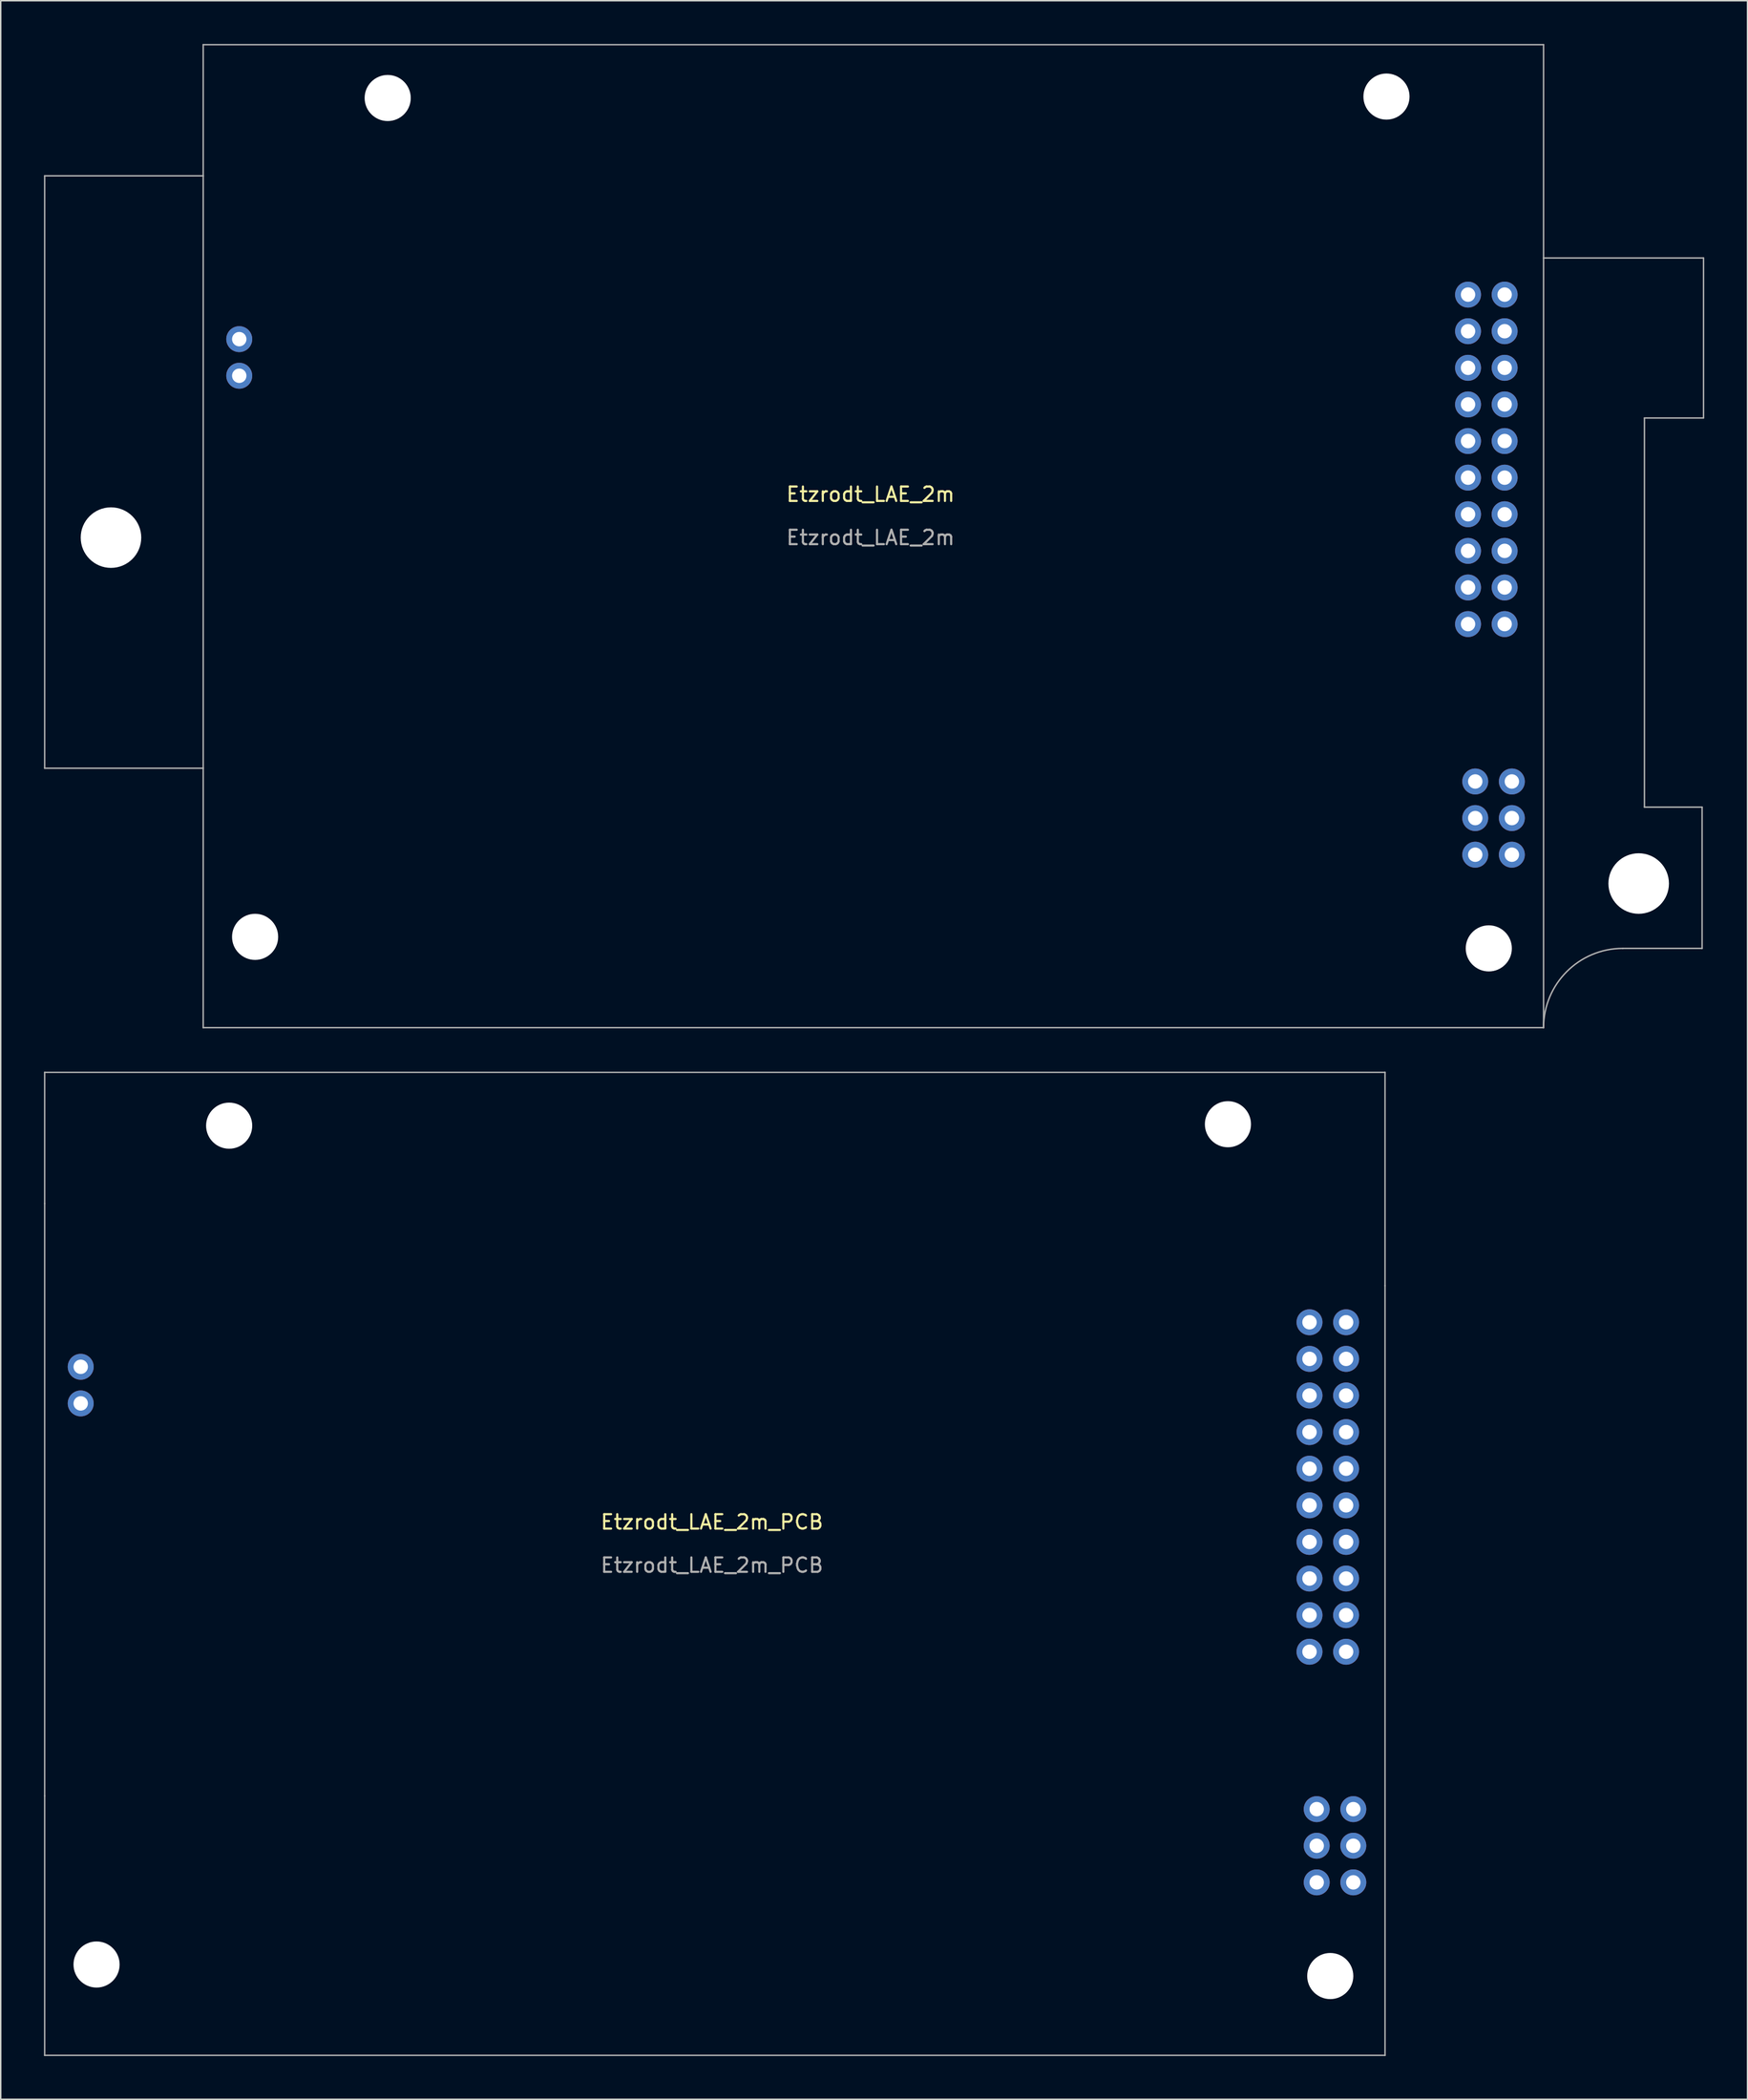
<source format=kicad_pcb>
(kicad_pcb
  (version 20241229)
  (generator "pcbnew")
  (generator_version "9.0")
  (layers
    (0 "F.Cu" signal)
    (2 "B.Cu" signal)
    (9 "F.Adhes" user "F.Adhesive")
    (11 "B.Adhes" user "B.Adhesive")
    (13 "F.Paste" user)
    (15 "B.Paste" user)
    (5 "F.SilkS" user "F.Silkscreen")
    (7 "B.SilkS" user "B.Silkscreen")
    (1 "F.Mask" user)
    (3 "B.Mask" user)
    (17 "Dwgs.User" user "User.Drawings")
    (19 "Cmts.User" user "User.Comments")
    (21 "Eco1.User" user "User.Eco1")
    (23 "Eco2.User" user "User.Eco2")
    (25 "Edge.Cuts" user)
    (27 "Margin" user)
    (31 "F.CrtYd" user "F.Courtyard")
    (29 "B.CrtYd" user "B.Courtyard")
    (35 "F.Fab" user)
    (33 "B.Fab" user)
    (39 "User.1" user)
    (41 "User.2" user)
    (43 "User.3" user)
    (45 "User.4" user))
  (footprint "Etzrodt_LAE_2m_PCB"
    (layer "F.Cu")
    (at 46.55 105.55)
    (property "Reference" "Etzrodt_LAE_2m_PCB" (at -0.2 -3 0) (unlocked yes) (layer "F.SilkS") (effects (font (size 1 1) (thickness 0.15))))
    (attr through_hole)
    (fp_line (start -46.5 -34.2) (end 46.5 -34.2) (stroke (width 0.1) (type default)) (layer "F.Fab"))
    (fp_line (start -46.5 -25.1) (end -46.5 -34.2) (stroke (width 0.1) (type default)) (layer "F.Fab"))
    (fp_line (start -46.5 -25.1) (end -46.5 16) (stroke (width 0.1) (type default)) (layer "F.Fab"))
    (fp_line (start -46.5 34) (end -46.5 16) (stroke (width 0.1) (type default)) (layer "F.Fab"))
    (fp_line (start -46.5 34) (end 46.5 34) (stroke (width 0.1) (type default)) (layer "F.Fab"))
    (fp_line (start 46.5 -34.2) (end 46.5 -19.4) (stroke (width 0.1) (type default)) (layer "F.Fab"))
    (fp_line (start 46.5 -19.4) (end 46.5 34) (stroke (width 0.1) (type default)) (layer "F.Fab"))
    (fp_text user "${REFERENCE}" (at -0.2 0 0) (unlocked yes) (layer "F.Fab") (effects (font (size 1 1) (thickness 0.15))))
    (pad "" np_thru_hole circle (at -42.9 27.7) (size 3.2 3.2) (drill 3.2) (layers "*.Cu" "*.Mask"))
    (pad "" np_thru_hole circle (at -33.7 -30.5) (size 3.2 3.2) (drill 3.2) (layers "*.Cu" "*.Mask"))
    (pad "" np_thru_hole circle (at 35.6 -30.6) (size 3.2 3.2) (drill 3.2) (layers "*.Cu" "*.Mask"))
    (pad "" np_thru_hole circle (at 42.7 28.5) (size 3.2 3.2) (drill 3.2) (layers "*.Cu" "*.Mask"))
    (pad "A1" thru_hole circle (at -44 -13.77) (size 1.8 1.8) (drill 1) (layers "*.Cu" "*.Mask"))
    (pad "A2" thru_hole circle (at -44 -11.23) (size 1.8 1.8) (drill 1) (layers "*.Cu" "*.Mask"))
    (pad "NF1" thru_hole circle (at 44.3 22) (size 1.8 1.8) (drill 1) (layers "*.Cu" "*.Mask"))
    (pad "NF2" thru_hole circle (at 41.76 22) (size 1.8 1.8) (drill 1) (layers "*.Cu" "*.Mask"))
    (pad "NF3" thru_hole circle (at 44.3 19.46) (size 1.8 1.8) (drill 1) (layers "*.Cu" "*.Mask"))
    (pad "NF4" thru_hole circle (at 41.76 19.46) (size 1.8 1.8) (drill 1) (layers "*.Cu" "*.Mask"))
    (pad "NF5" thru_hole circle (at 44.3 16.92) (size 1.8 1.8) (drill 1) (layers "*.Cu" "*.Mask"))
    (pad "NF6" thru_hole circle (at 41.76 16.92) (size 1.8 1.8) (drill 1) (layers "*.Cu" "*.Mask"))
    (pad "S1" thru_hole circle (at 43.8 6) (size 1.8 1.8) (drill 1) (layers "*.Cu" "*.Mask"))
    (pad "S2" thru_hole circle (at 41.26 6) (size 1.8 1.8) (drill 1) (layers "*.Cu" "*.Mask"))
    (pad "S3" thru_hole circle (at 43.8 3.46) (size 1.8 1.8) (drill 1) (layers "*.Cu" "*.Mask"))
    (pad "S4" thru_hole circle (at 41.26 3.46) (size 1.8 1.8) (drill 1) (layers "*.Cu" "*.Mask"))
    (pad "S5" thru_hole circle (at 43.8 0.92) (size 1.8 1.8) (drill 1) (layers "*.Cu" "*.Mask"))
    (pad "S6" thru_hole circle (at 41.26 0.92) (size 1.8 1.8) (drill 1) (layers "*.Cu" "*.Mask"))
    (pad "S7" thru_hole circle (at 43.8 -1.62) (size 1.8 1.8) (drill 1) (layers "*.Cu" "*.Mask"))
    (pad "S8" thru_hole circle (at 41.26 -1.62) (size 1.8 1.8) (drill 1) (layers "*.Cu" "*.Mask"))
    (pad "S9" thru_hole circle (at 43.8 -4.16) (size 1.8 1.8) (drill 1) (layers "*.Cu" "*.Mask"))
    (pad "S10" thru_hole circle (at 41.26 -4.16) (size 1.8 1.8) (drill 1) (layers "*.Cu" "*.Mask"))
    (pad "S11" thru_hole circle (at 43.8 -6.7) (size 1.8 1.8) (drill 1) (layers "*.Cu" "*.Mask"))
    (pad "S12" thru_hole circle (at 41.26 -6.7) (size 1.8 1.8) (drill 1) (layers "*.Cu" "*.Mask"))
    (pad "S13" thru_hole circle (at 43.8 -9.24) (size 1.8 1.8) (drill 1) (layers "*.Cu" "*.Mask"))
    (pad "S14" thru_hole circle (at 41.26 -9.24) (size 1.8 1.8) (drill 1) (layers "*.Cu" "*.Mask"))
    (pad "S15" thru_hole circle (at 43.8 -11.78) (size 1.8 1.8) (drill 1) (layers "*.Cu" "*.Mask"))
    (pad "S16" thru_hole circle (at 41.26 -11.78) (size 1.8 1.8) (drill 1) (layers "*.Cu" "*.Mask"))
    (pad "S17" thru_hole circle (at 43.8 -14.32) (size 1.8 1.8) (drill 1) (layers "*.Cu" "*.Mask"))
    (pad "S18" thru_hole circle (at 41.26 -14.32) (size 1.8 1.8) (drill 1) (layers "*.Cu" "*.Mask"))
    (pad "S19" thru_hole circle (at 43.8 -16.86) (size 1.8 1.8) (drill 1) (layers "*.Cu" "*.Mask"))
    (pad "S20" thru_hole circle (at 41.26 -16.86) (size 1.8 1.8) (drill 1) (layers "*.Cu" "*.Mask")))
  (footprint "Etzrodt_LAE_2m"
    (layer "F.Cu")
    (at 57.55 34.25)
    (property "Reference" "Etzrodt_LAE_2m" (at -0.2 -3 0) (unlocked yes) (layer "F.SilkS") (effects (font (size 1 1) (thickness 0.15))))
    (attr through_hole)
    (fp_line (start -57.5 -25.1) (end -46.5 -25.1) (stroke (width 0.1) (type default)) (layer "F.Fab"))
    (fp_line (start -57.5 16) (end -57.5 -25.1) (stroke (width 0.1) (type default)) (layer "F.Fab"))
    (fp_line (start -46.5 -34.2) (end 46.5 -34.2) (stroke (width 0.1) (type default)) (layer "F.Fab"))
    (fp_line (start -46.5 -25.1) (end -46.5 -34.2) (stroke (width 0.1) (type default)) (layer "F.Fab"))
    (fp_line (start -46.5 -25.1) (end -46.5 16) (stroke (width 0.1) (type default)) (layer "F.Fab"))
    (fp_line (start -46.5 16) (end -57.5 16) (stroke (width 0.1) (type default)) (layer "F.Fab"))
    (fp_line (start -46.5 34) (end -46.5 16) (stroke (width 0.1) (type default)) (layer "F.Fab"))
    (fp_line (start -46.5 34) (end 46.5 34) (stroke (width 0.1) (type default)) (layer "F.Fab"))
    (fp_line (start 46.5 -34.2) (end 46.5 -19.4) (stroke (width 0.1) (type default)) (layer "F.Fab"))
    (fp_line (start 46.5 -19.4) (end 46.5 34) (stroke (width 0.1) (type default)) (layer "F.Fab"))
    (fp_line (start 46.5 -19.4) (end 57.6 -19.4) (stroke (width 0.1) (type default)) (layer "F.Fab"))
    (fp_line (start 53.5 -8.3) (end 53.5 18.7) (stroke (width 0.1) (type default)) (layer "F.Fab"))
    (fp_line (start 53.5 18.7) (end 57.5 18.7) (stroke (width 0.1) (type default)) (layer "F.Fab"))
    (fp_line (start 57.5 18.7) (end 57.5 28.5) (stroke (width 0.1) (type default)) (layer "F.Fab"))
    (fp_line (start 57.5 28.5) (end 52 28.5) (stroke (width 0.1) (type default)) (layer "F.Fab"))
    (fp_line (start 57.6 -19.4) (end 57.6 -8.3) (stroke (width 0.1) (type default)) (layer "F.Fab"))
    (fp_line (start 57.6 -8.3) (end 53.5 -8.3) (stroke (width 0.1) (type default)) (layer "F.Fab"))
    (fp_arc (start 46.5 34) (mid 48.110913 30.110913) (end 52 28.5) (stroke (width 0.1) (type default)) (layer "F.Fab"))
    (fp_text user "${REFERENCE}" (at -0.2 0 0) (unlocked yes) (layer "F.Fab") (effects (font (size 1 1) (thickness 0.15))))
    (pad "" np_thru_hole circle (at -52.9 0) (size 4.2 4.2) (drill 4.2) (layers "*.Cu" "*.Mask"))
    (pad "" np_thru_hole circle (at -42.9 27.7) (size 3.2 3.2) (drill 3.2) (layers "*.Cu" "*.Mask"))
    (pad "" np_thru_hole circle (at -33.7 -30.5) (size 3.2 3.2) (drill 3.2) (layers "*.Cu" "*.Mask"))
    (pad "" np_thru_hole circle (at 35.6 -30.6) (size 3.2 3.2) (drill 3.2) (layers "*.Cu" "*.Mask"))
    (pad "" np_thru_hole circle (at 42.7 28.5) (size 3.2 3.2) (drill 3.2) (layers "*.Cu" "*.Mask"))
    (pad "" np_thru_hole circle (at 53.1 24) (size 4.2 4.2) (drill 4.2) (layers "*.Cu" "*.Mask"))
    (pad "A1" thru_hole circle (at -44 -13.77) (size 1.8 1.8) (drill 1) (layers "*.Cu" "*.Mask"))
    (pad "A2" thru_hole circle (at -44 -11.23) (size 1.8 1.8) (drill 1) (layers "*.Cu" "*.Mask"))
    (pad "NF1" thru_hole circle (at 44.3 22) (size 1.8 1.8) (drill 1) (layers "*.Cu" "*.Mask"))
    (pad "NF2" thru_hole circle (at 41.76 22) (size 1.8 1.8) (drill 1) (layers "*.Cu" "*.Mask"))
    (pad "NF3" thru_hole circle (at 44.3 19.46) (size 1.8 1.8) (drill 1) (layers "*.Cu" "*.Mask"))
    (pad "NF4" thru_hole circle (at 41.76 19.46) (size 1.8 1.8) (drill 1) (layers "*.Cu" "*.Mask"))
    (pad "NF5" thru_hole circle (at 44.3 16.92) (size 1.8 1.8) (drill 1) (layers "*.Cu" "*.Mask"))
    (pad "NF6" thru_hole circle (at 41.76 16.92) (size 1.8 1.8) (drill 1) (layers "*.Cu" "*.Mask"))
    (pad "S1" thru_hole circle (at 43.8 6) (size 1.8 1.8) (drill 1) (layers "*.Cu" "*.Mask"))
    (pad "S2" thru_hole circle (at 41.26 6) (size 1.8 1.8) (drill 1) (layers "*.Cu" "*.Mask"))
    (pad "S3" thru_hole circle (at 43.8 3.46) (size 1.8 1.8) (drill 1) (layers "*.Cu" "*.Mask"))
    (pad "S4" thru_hole circle (at 41.26 3.46) (size 1.8 1.8) (drill 1) (layers "*.Cu" "*.Mask"))
    (pad "S5" thru_hole circle (at 43.8 0.92) (size 1.8 1.8) (drill 1) (layers "*.Cu" "*.Mask"))
    (pad "S6" thru_hole circle (at 41.26 0.92) (size 1.8 1.8) (drill 1) (layers "*.Cu" "*.Mask"))
    (pad "S7" thru_hole circle (at 43.8 -1.62) (size 1.8 1.8) (drill 1) (layers "*.Cu" "*.Mask"))
    (pad "S8" thru_hole circle (at 41.26 -1.62) (size 1.8 1.8) (drill 1) (layers "*.Cu" "*.Mask"))
    (pad "S9" thru_hole circle (at 43.8 -4.16) (size 1.8 1.8) (drill 1) (layers "*.Cu" "*.Mask"))
    (pad "S10" thru_hole circle (at 41.26 -4.16) (size 1.8 1.8) (drill 1) (layers "*.Cu" "*.Mask"))
    (pad "S11" thru_hole circle (at 43.8 -6.7) (size 1.8 1.8) (drill 1) (layers "*.Cu" "*.Mask"))
    (pad "S12" thru_hole circle (at 41.26 -6.7) (size 1.8 1.8) (drill 1) (layers "*.Cu" "*.Mask"))
    (pad "S13" thru_hole circle (at 43.8 -9.24) (size 1.8 1.8) (drill 1) (layers "*.Cu" "*.Mask"))
    (pad "S14" thru_hole circle (at 41.26 -9.24) (size 1.8 1.8) (drill 1) (layers "*.Cu" "*.Mask"))
    (pad "S15" thru_hole circle (at 43.8 -11.78) (size 1.8 1.8) (drill 1) (layers "*.Cu" "*.Mask"))
    (pad "S16" thru_hole circle (at 41.26 -11.78) (size 1.8 1.8) (drill 1) (layers "*.Cu" "*.Mask"))
    (pad "S17" thru_hole circle (at 43.8 -14.32) (size 1.8 1.8) (drill 1) (layers "*.Cu" "*.Mask"))
    (pad "S18" thru_hole circle (at 41.26 -14.32) (size 1.8 1.8) (drill 1) (layers "*.Cu" "*.Mask"))
    (pad "S19" thru_hole circle (at 43.8 -16.86) (size 1.8 1.8) (drill 1) (layers "*.Cu" "*.Mask"))
    (pad "S20" thru_hole circle (at 41.26 -16.86) (size 1.8 1.8) (drill 1) (layers "*.Cu" "*.Mask")))
  (gr_rect
    (start -3 -3)
    (end 118.2 142.6)
    (stroke (width 0.1) (type default))
    (fill no)
    (layer "Edge.Cuts")))
</source>
